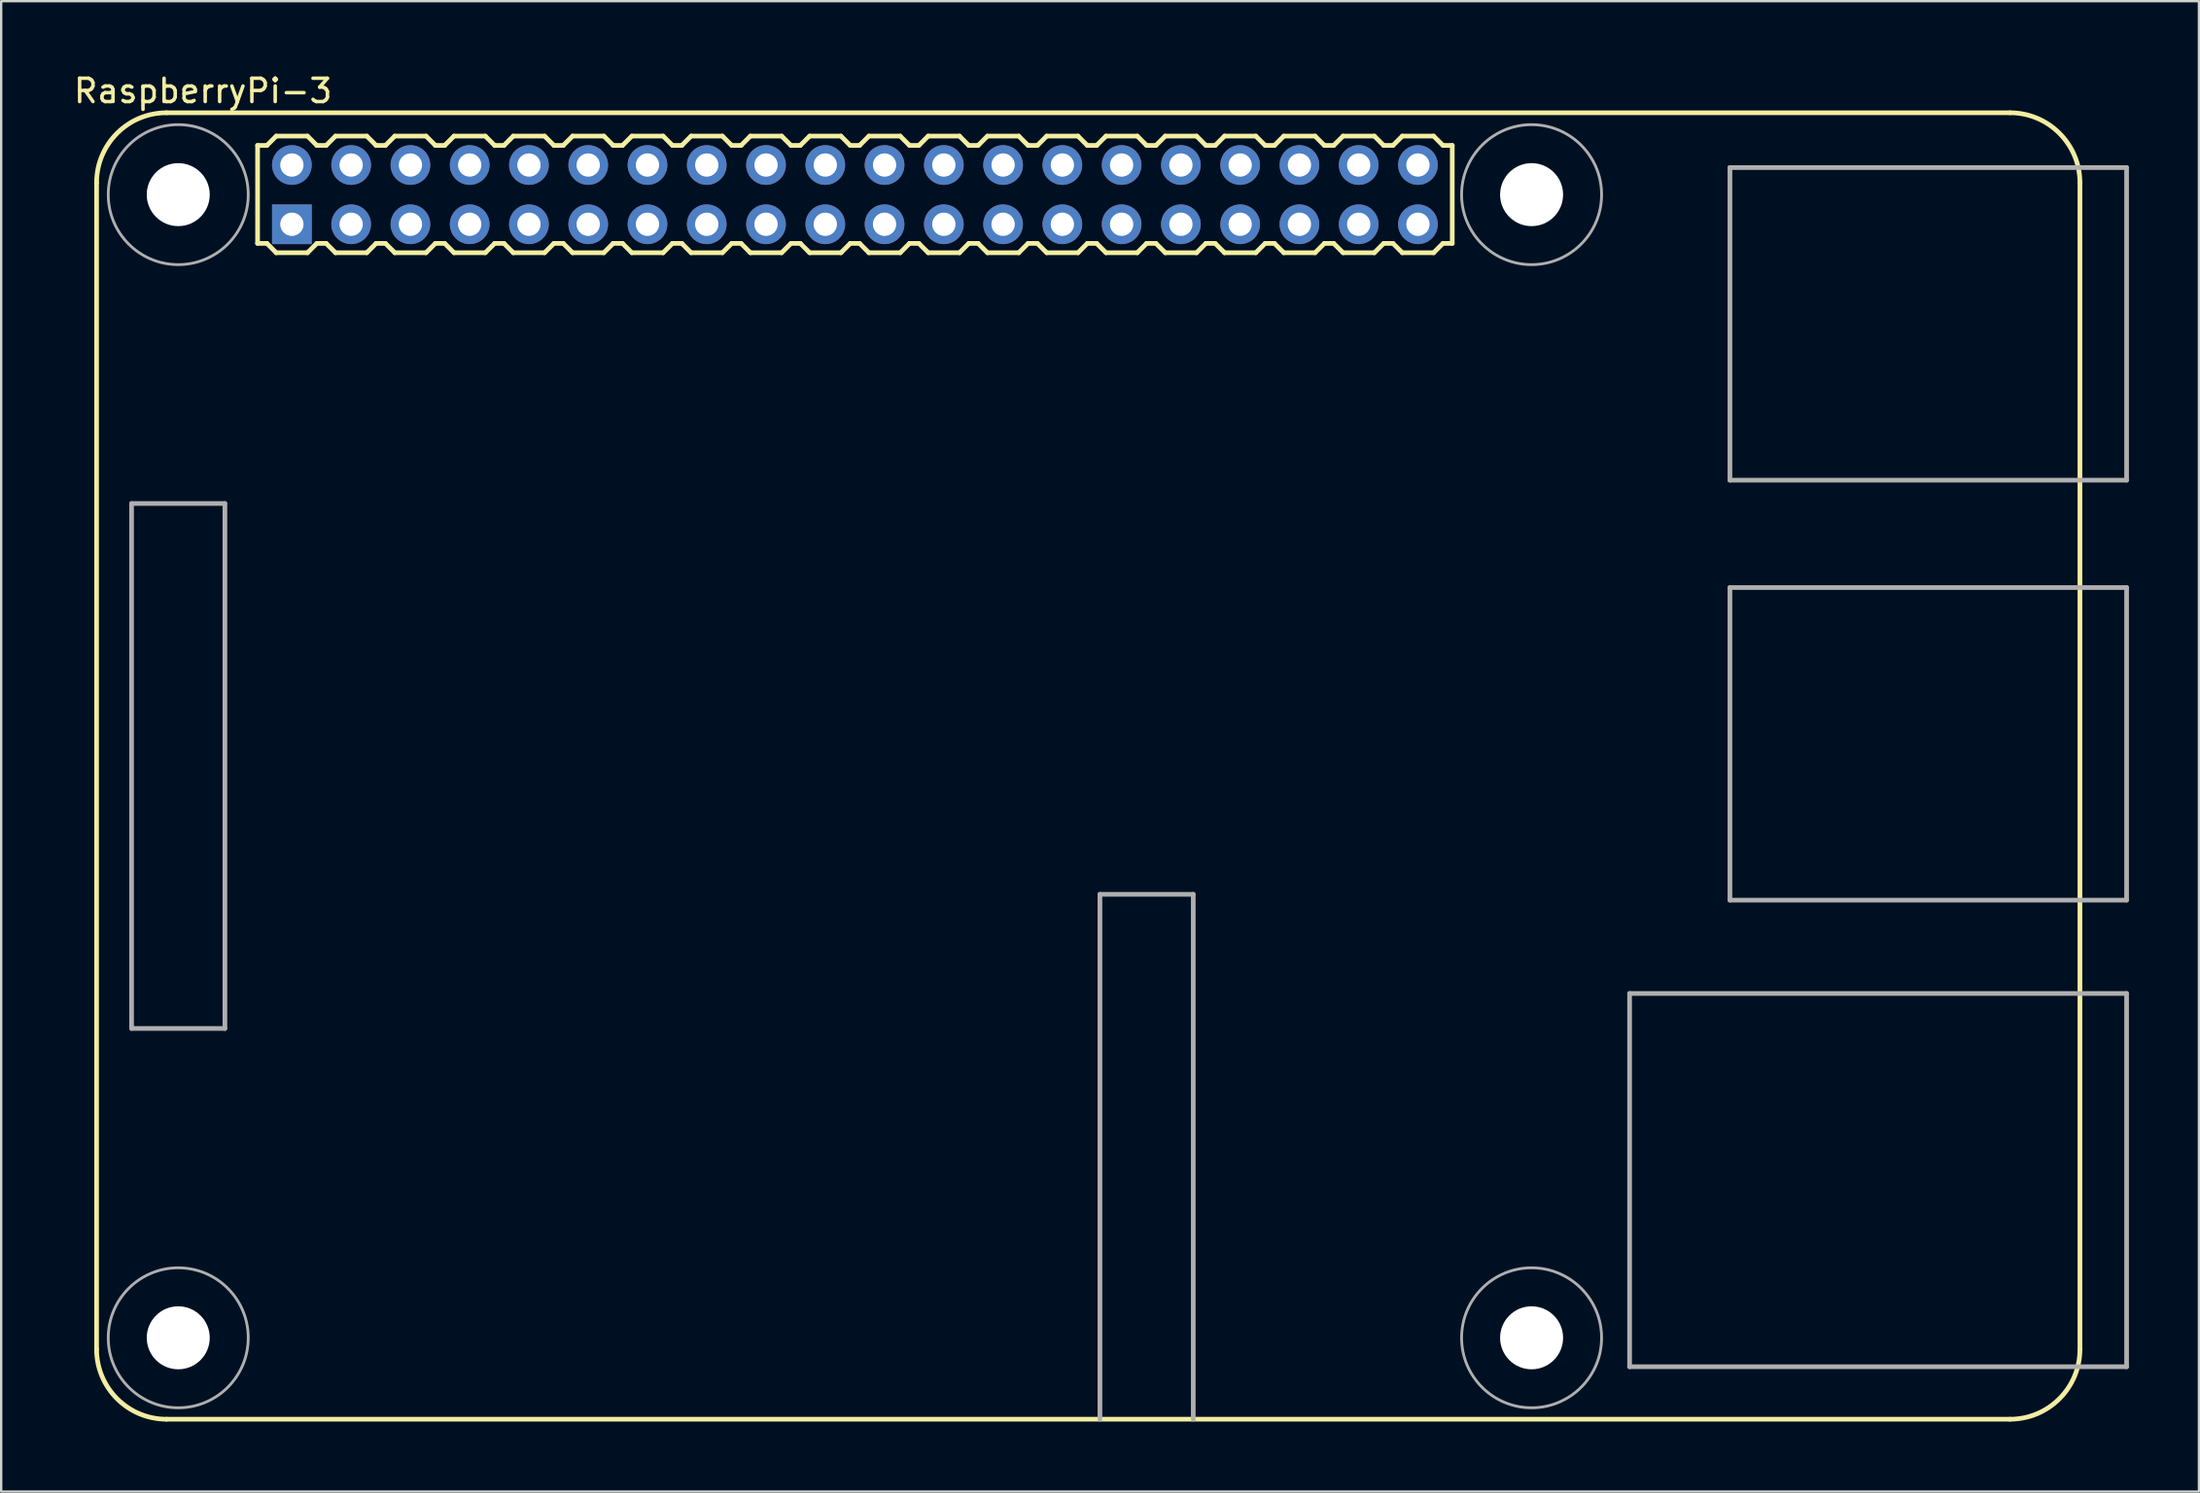
<source format=kicad_pcb>
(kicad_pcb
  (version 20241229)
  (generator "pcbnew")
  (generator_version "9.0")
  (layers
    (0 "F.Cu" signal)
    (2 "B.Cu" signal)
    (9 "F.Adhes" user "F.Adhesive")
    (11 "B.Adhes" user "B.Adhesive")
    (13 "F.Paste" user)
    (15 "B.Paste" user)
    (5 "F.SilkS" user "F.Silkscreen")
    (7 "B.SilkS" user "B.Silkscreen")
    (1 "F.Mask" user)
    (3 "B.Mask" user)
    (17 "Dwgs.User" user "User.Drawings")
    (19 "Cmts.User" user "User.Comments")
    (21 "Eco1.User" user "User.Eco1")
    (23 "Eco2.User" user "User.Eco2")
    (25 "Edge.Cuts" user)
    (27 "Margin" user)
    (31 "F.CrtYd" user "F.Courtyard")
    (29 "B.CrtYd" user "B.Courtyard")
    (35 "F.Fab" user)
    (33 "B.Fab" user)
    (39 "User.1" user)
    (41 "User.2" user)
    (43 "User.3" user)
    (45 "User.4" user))
  (footprint "RaspberryPi-3"
    (layer "F.Cu")
    (at 33.589 5.293)
    (property "Reference" "RaspberryPi-3" (at -27.94 -4.445 0) (layer "F.SilkS") (effects (font (size 1 1) (thickness 0.15))))
    (attr through_hole)
    (fp_line (start -32.5 49.49) (end -32.5 -0.51) (stroke (width 0.2) (type solid)) (layer "F.SilkS"))
    (fp_line (start -29.5 -3.51) (end 49.5 -3.51) (stroke (width 0.2) (type solid)) (layer "F.SilkS"))
    (fp_line (start -25.6 -2.11) (end -25.6 2.09) (stroke (width 0.2) (type solid)) (layer "F.SilkS"))
    (fp_line (start -25.6 2.09) (end -25.2 2.09) (stroke (width 0.2) (type solid)) (layer "F.SilkS"))
    (fp_line (start -25.2 -2.11) (end -25.6 -2.11) (stroke (width 0.2) (type solid)) (layer "F.SilkS"))
    (fp_line (start -25.2 2.09) (end -24.8 2.49) (stroke (width 0.2) (type solid)) (layer "F.SilkS"))
    (fp_line (start -24.8 -2.51) (end -25.2 -2.11) (stroke (width 0.2) (type solid)) (layer "F.SilkS"))
    (fp_line (start -24.8 2.49) (end -23.46 2.49) (stroke (width 0.2) (type solid)) (layer "F.SilkS"))
    (fp_line (start -23.46 2.49) (end -23.06 2.09) (stroke (width 0.2) (type solid)) (layer "F.SilkS"))
    (fp_line (start -23.46 -2.51) (end -24.8 -2.51) (stroke (width 0.2) (type solid)) (layer "F.SilkS"))
    (fp_line (start -23.06 -2.11) (end -23.46 -2.51) (stroke (width 0.2) (type solid)) (layer "F.SilkS"))
    (fp_line (start -23.06 2.09) (end -22.66 2.09) (stroke (width 0.2) (type solid)) (layer "F.SilkS"))
    (fp_line (start -22.66 -2.11) (end -23.06 -2.11) (stroke (width 0.2) (type solid)) (layer "F.SilkS"))
    (fp_line (start -22.66 2.09) (end -22.26 2.49) (stroke (width 0.2) (type solid)) (layer "F.SilkS"))
    (fp_line (start -22.26 -2.51) (end -22.66 -2.11) (stroke (width 0.2) (type solid)) (layer "F.SilkS"))
    (fp_line (start -22.26 2.49) (end -20.92 2.49) (stroke (width 0.2) (type solid)) (layer "F.SilkS"))
    (fp_line (start -20.92 -2.51) (end -22.26 -2.51) (stroke (width 0.2) (type solid)) (layer "F.SilkS"))
    (fp_line (start -20.92 2.49) (end -20.52 2.09) (stroke (width 0.2) (type solid)) (layer "F.SilkS"))
    (fp_line (start -20.52 -2.11) (end -20.92 -2.51) (stroke (width 0.2) (type solid)) (layer "F.SilkS"))
    (fp_line (start -20.52 2.09) (end -20.12 2.09) (stroke (width 0.2) (type solid)) (layer "F.SilkS"))
    (fp_line (start -20.12 -2.11) (end -20.52 -2.11) (stroke (width 0.2) (type solid)) (layer "F.SilkS"))
    (fp_line (start -20.12 2.09) (end -19.72 2.49) (stroke (width 0.2) (type solid)) (layer "F.SilkS"))
    (fp_line (start -19.72 -2.51) (end -20.12 -2.11) (stroke (width 0.2) (type solid)) (layer "F.SilkS"))
    (fp_line (start -19.72 2.49) (end -18.38 2.49) (stroke (width 0.2) (type solid)) (layer "F.SilkS"))
    (fp_line (start -18.38 -2.51) (end -19.72 -2.51) (stroke (width 0.2) (type solid)) (layer "F.SilkS"))
    (fp_line (start -18.38 2.49) (end -17.98 2.09) (stroke (width 0.2) (type solid)) (layer "F.SilkS"))
    (fp_line (start -17.98 -2.11) (end -18.38 -2.51) (stroke (width 0.2) (type solid)) (layer "F.SilkS"))
    (fp_line (start -17.98 2.09) (end -17.58 2.09) (stroke (width 0.2) (type solid)) (layer "F.SilkS"))
    (fp_line (start -17.58 -2.11) (end -17.98 -2.11) (stroke (width 0.2) (type solid)) (layer "F.SilkS"))
    (fp_line (start -17.58 2.09) (end -17.18 2.49) (stroke (width 0.2) (type solid)) (layer "F.SilkS"))
    (fp_line (start -17.18 -2.51) (end -17.58 -2.11) (stroke (width 0.2) (type solid)) (layer "F.SilkS"))
    (fp_line (start -17.18 2.49) (end -15.84 2.49) (stroke (width 0.2) (type solid)) (layer "F.SilkS"))
    (fp_line (start -15.84 -2.51) (end -17.18 -2.51) (stroke (width 0.2) (type solid)) (layer "F.SilkS"))
    (fp_line (start -15.84 2.49) (end -15.44 2.09) (stroke (width 0.2) (type solid)) (layer "F.SilkS"))
    (fp_line (start -15.44 -2.11) (end -15.84 -2.51) (stroke (width 0.2) (type solid)) (layer "F.SilkS"))
    (fp_line (start -15.44 2.09) (end -15.04 2.09) (stroke (width 0.2) (type solid)) (layer "F.SilkS"))
    (fp_line (start -15.04 -2.11) (end -15.44 -2.11) (stroke (width 0.2) (type solid)) (layer "F.SilkS"))
    (fp_line (start -15.04 2.09) (end -14.64 2.49) (stroke (width 0.2) (type solid)) (layer "F.SilkS"))
    (fp_line (start -14.64 -2.51) (end -15.04 -2.11) (stroke (width 0.2) (type solid)) (layer "F.SilkS"))
    (fp_line (start -14.64 2.49) (end -13.3 2.49) (stroke (width 0.2) (type solid)) (layer "F.SilkS"))
    (fp_line (start -13.3 -2.51) (end -14.64 -2.51) (stroke (width 0.2) (type solid)) (layer "F.SilkS"))
    (fp_line (start -13.3 2.49) (end -12.9 2.09) (stroke (width 0.2) (type solid)) (layer "F.SilkS"))
    (fp_line (start -12.9 -2.11) (end -13.3 -2.51) (stroke (width 0.2) (type solid)) (layer "F.SilkS"))
    (fp_line (start -12.9 2.09) (end -12.5 2.09) (stroke (width 0.2) (type solid)) (layer "F.SilkS"))
    (fp_line (start -12.5 -2.11) (end -12.9 -2.11) (stroke (width 0.2) (type solid)) (layer "F.SilkS"))
    (fp_line (start -12.5 2.09) (end -12.1 2.49) (stroke (width 0.2) (type solid)) (layer "F.SilkS"))
    (fp_line (start -12.1 -2.51) (end -12.5 -2.11) (stroke (width 0.2) (type solid)) (layer "F.SilkS"))
    (fp_line (start -12.1 2.49) (end -10.76 2.49) (stroke (width 0.2) (type solid)) (layer "F.SilkS"))
    (fp_line (start -10.76 -2.51) (end -12.1 -2.51) (stroke (width 0.2) (type solid)) (layer "F.SilkS"))
    (fp_line (start -10.76 2.49) (end -10.36 2.09) (stroke (width 0.2) (type solid)) (layer "F.SilkS"))
    (fp_line (start -10.36 -2.11) (end -10.76 -2.51) (stroke (width 0.2) (type solid)) (layer "F.SilkS"))
    (fp_line (start -10.36 2.09) (end -9.96 2.09) (stroke (width 0.2) (type solid)) (layer "F.SilkS"))
    (fp_line (start -9.96 -2.11) (end -10.36 -2.11) (stroke (width 0.2) (type solid)) (layer "F.SilkS"))
    (fp_line (start -9.96 2.09) (end -9.56 2.49) (stroke (width 0.2) (type solid)) (layer "F.SilkS"))
    (fp_line (start -9.56 -2.51) (end -9.96 -2.11) (stroke (width 0.2) (type solid)) (layer "F.SilkS"))
    (fp_line (start -9.56 2.49) (end -8.22 2.49) (stroke (width 0.2) (type solid)) (layer "F.SilkS"))
    (fp_line (start -8.22 -2.51) (end -9.56 -2.51) (stroke (width 0.2) (type solid)) (layer "F.SilkS"))
    (fp_line (start -8.22 2.49) (end -7.82 2.09) (stroke (width 0.2) (type solid)) (layer "F.SilkS"))
    (fp_line (start -7.82 -2.11) (end -8.22 -2.51) (stroke (width 0.2) (type solid)) (layer "F.SilkS"))
    (fp_line (start -7.82 2.09) (end -7.42 2.09) (stroke (width 0.2) (type solid)) (layer "F.SilkS"))
    (fp_line (start -7.42 -2.11) (end -7.82 -2.11) (stroke (width 0.2) (type solid)) (layer "F.SilkS"))
    (fp_line (start -7.42 2.09) (end -7.02 2.49) (stroke (width 0.2) (type solid)) (layer "F.SilkS"))
    (fp_line (start -7.02 -2.51) (end -7.42 -2.11) (stroke (width 0.2) (type solid)) (layer "F.SilkS"))
    (fp_line (start -7.02 2.49) (end -5.68 2.49) (stroke (width 0.2) (type solid)) (layer "F.SilkS"))
    (fp_line (start -5.68 -2.51) (end -7.02 -2.51) (stroke (width 0.2) (type solid)) (layer "F.SilkS"))
    (fp_line (start -5.68 2.49) (end -5.28 2.09) (stroke (width 0.2) (type solid)) (layer "F.SilkS"))
    (fp_line (start -5.28 -2.11) (end -5.68 -2.51) (stroke (width 0.2) (type solid)) (layer "F.SilkS"))
    (fp_line (start -5.28 2.09) (end -4.88 2.09) (stroke (width 0.2) (type solid)) (layer "F.SilkS"))
    (fp_line (start -4.88 -2.11) (end -5.28 -2.11) (stroke (width 0.2) (type solid)) (layer "F.SilkS"))
    (fp_line (start -4.88 2.09) (end -4.48 2.49) (stroke (width 0.2) (type solid)) (layer "F.SilkS"))
    (fp_line (start -4.48 -2.51) (end -4.88 -2.11) (stroke (width 0.2) (type solid)) (layer "F.SilkS"))
    (fp_line (start -4.48 2.49) (end -3.14 2.49) (stroke (width 0.2) (type solid)) (layer "F.SilkS"))
    (fp_line (start -3.14 -2.51) (end -4.48 -2.51) (stroke (width 0.2) (type solid)) (layer "F.SilkS"))
    (fp_line (start -3.14 2.49) (end -2.74 2.09) (stroke (width 0.2) (type solid)) (layer "F.SilkS"))
    (fp_line (start -2.74 -2.11) (end -3.14 -2.51) (stroke (width 0.2) (type solid)) (layer "F.SilkS"))
    (fp_line (start -2.74 2.09) (end -2.34 2.09) (stroke (width 0.2) (type solid)) (layer "F.SilkS"))
    (fp_line (start -2.34 -2.11) (end -2.74 -2.11) (stroke (width 0.2) (type solid)) (layer "F.SilkS"))
    (fp_line (start -2.34 2.09) (end -1.94 2.49) (stroke (width 0.2) (type solid)) (layer "F.SilkS"))
    (fp_line (start -1.94 -2.51) (end -2.34 -2.11) (stroke (width 0.2) (type solid)) (layer "F.SilkS"))
    (fp_line (start -1.94 2.49) (end -0.6 2.49) (stroke (width 0.2) (type solid)) (layer "F.SilkS"))
    (fp_line (start -0.6 -2.51) (end -1.94 -2.51) (stroke (width 0.2) (type solid)) (layer "F.SilkS"))
    (fp_line (start -0.6 2.49) (end -0.2 2.09) (stroke (width 0.2) (type solid)) (layer "F.SilkS"))
    (fp_line (start -0.2 -2.11) (end -0.6 -2.51) (stroke (width 0.2) (type solid)) (layer "F.SilkS"))
    (fp_line (start -0.2 2.09) (end 0.2 2.09) (stroke (width 0.2) (type solid)) (layer "F.SilkS"))
    (fp_line (start 0.2 -2.11) (end -0.2 -2.11) (stroke (width 0.2) (type solid)) (layer "F.SilkS"))
    (fp_line (start 0.2 2.09) (end 0.6 2.49) (stroke (width 0.2) (type solid)) (layer "F.SilkS"))
    (fp_line (start 0.6 -2.51) (end 0.2 -2.11) (stroke (width 0.2) (type solid)) (layer "F.SilkS"))
    (fp_line (start 0.6 2.49) (end 1.94 2.49) (stroke (width 0.2) (type solid)) (layer "F.SilkS"))
    (fp_line (start 1.94 -2.51) (end 0.6 -2.51) (stroke (width 0.2) (type solid)) (layer "F.SilkS"))
    (fp_line (start 1.94 2.49) (end 2.34 2.09) (stroke (width 0.2) (type solid)) (layer "F.SilkS"))
    (fp_line (start 2.34 -2.11) (end 1.94 -2.51) (stroke (width 0.2) (type solid)) (layer "F.SilkS"))
    (fp_line (start 2.34 2.09) (end 2.74 2.09) (stroke (width 0.2) (type solid)) (layer "F.SilkS"))
    (fp_line (start 2.74 -2.11) (end 2.34 -2.11) (stroke (width 0.2) (type solid)) (layer "F.SilkS"))
    (fp_line (start 2.74 2.09) (end 3.14 2.49) (stroke (width 0.2) (type solid)) (layer "F.SilkS"))
    (fp_line (start 3.14 -2.51) (end 2.74 -2.11) (stroke (width 0.2) (type solid)) (layer "F.SilkS"))
    (fp_line (start 3.14 2.49) (end 4.48 2.49) (stroke (width 0.2) (type solid)) (layer "F.SilkS"))
    (fp_line (start 4.48 -2.51) (end 3.14 -2.51) (stroke (width 0.2) (type solid)) (layer "F.SilkS"))
    (fp_line (start 4.48 2.49) (end 4.88 2.09) (stroke (width 0.2) (type solid)) (layer "F.SilkS"))
    (fp_line (start 4.88 -2.11) (end 4.48 -2.51) (stroke (width 0.2) (type solid)) (layer "F.SilkS"))
    (fp_line (start 4.88 2.09) (end 5.28 2.09) (stroke (width 0.2) (type solid)) (layer "F.SilkS"))
    (fp_line (start 5.28 -2.11) (end 4.88 -2.11) (stroke (width 0.2) (type solid)) (layer "F.SilkS"))
    (fp_line (start 5.28 2.09) (end 5.68 2.49) (stroke (width 0.2) (type solid)) (layer "F.SilkS"))
    (fp_line (start 5.68 -2.51) (end 5.28 -2.11) (stroke (width 0.2) (type solid)) (layer "F.SilkS"))
    (fp_line (start 5.68 2.49) (end 7.02 2.49) (stroke (width 0.2) (type solid)) (layer "F.SilkS"))
    (fp_line (start 7.02 -2.51) (end 5.68 -2.51) (stroke (width 0.2) (type solid)) (layer "F.SilkS"))
    (fp_line (start 7.02 2.49) (end 7.42 2.09) (stroke (width 0.2) (type solid)) (layer "F.SilkS"))
    (fp_line (start 7.42 -2.11) (end 7.02 -2.51) (stroke (width 0.2) (type solid)) (layer "F.SilkS"))
    (fp_line (start 7.42 2.09) (end 7.82 2.09) (stroke (width 0.2) (type solid)) (layer "F.SilkS"))
    (fp_line (start 7.82 -2.11) (end 7.42 -2.11) (stroke (width 0.2) (type solid)) (layer "F.SilkS"))
    (fp_line (start 7.82 2.09) (end 8.22 2.49) (stroke (width 0.2) (type solid)) (layer "F.SilkS"))
    (fp_line (start 8.22 -2.51) (end 7.82 -2.11) (stroke (width 0.2) (type solid)) (layer "F.SilkS"))
    (fp_line (start 8.22 2.49) (end 9.56 2.49) (stroke (width 0.2) (type solid)) (layer "F.SilkS"))
    (fp_line (start 9.56 -2.51) (end 8.22 -2.51) (stroke (width 0.2) (type solid)) (layer "F.SilkS"))
    (fp_line (start 9.56 2.49) (end 9.96 2.09) (stroke (width 0.2) (type solid)) (layer "F.SilkS"))
    (fp_line (start 9.96 -2.11) (end 9.56 -2.51) (stroke (width 0.2) (type solid)) (layer "F.SilkS"))
    (fp_line (start 9.96 2.09) (end 10.36 2.09) (stroke (width 0.2) (type solid)) (layer "F.SilkS"))
    (fp_line (start 10.36 -2.11) (end 9.96 -2.11) (stroke (width 0.2) (type solid)) (layer "F.SilkS"))
    (fp_line (start 10.36 2.09) (end 10.76 2.49) (stroke (width 0.2) (type solid)) (layer "F.SilkS"))
    (fp_line (start 10.76 -2.51) (end 10.36 -2.11) (stroke (width 0.2) (type solid)) (layer "F.SilkS"))
    (fp_line (start 10.76 2.49) (end 12.1 2.49) (stroke (width 0.2) (type solid)) (layer "F.SilkS"))
    (fp_line (start 12.1 -2.51) (end 10.76 -2.51) (stroke (width 0.2) (type solid)) (layer "F.SilkS"))
    (fp_line (start 12.1 2.49) (end 12.5 2.09) (stroke (width 0.2) (type solid)) (layer "F.SilkS"))
    (fp_line (start 12.5 -2.11) (end 12.1 -2.51) (stroke (width 0.2) (type solid)) (layer "F.SilkS"))
    (fp_line (start 12.5 2.09) (end 12.9 2.09) (stroke (width 0.2) (type solid)) (layer "F.SilkS"))
    (fp_line (start 12.9 -2.11) (end 12.5 -2.11) (stroke (width 0.2) (type solid)) (layer "F.SilkS"))
    (fp_line (start 12.9 2.09) (end 13.3 2.49) (stroke (width 0.2) (type solid)) (layer "F.SilkS"))
    (fp_line (start 13.3 -2.51) (end 12.9 -2.11) (stroke (width 0.2) (type solid)) (layer "F.SilkS"))
    (fp_line (start 13.3 2.49) (end 14.64 2.49) (stroke (width 0.2) (type solid)) (layer "F.SilkS"))
    (fp_line (start 14.64 -2.51) (end 13.3 -2.51) (stroke (width 0.2) (type solid)) (layer "F.SilkS"))
    (fp_line (start 14.64 2.49) (end 15.04 2.09) (stroke (width 0.2) (type solid)) (layer "F.SilkS"))
    (fp_line (start 15.04 -2.11) (end 14.64 -2.51) (stroke (width 0.2) (type solid)) (layer "F.SilkS"))
    (fp_line (start 15.04 2.09) (end 15.44 2.09) (stroke (width 0.2) (type solid)) (layer "F.SilkS"))
    (fp_line (start 15.44 -2.11) (end 15.04 -2.11) (stroke (width 0.2) (type solid)) (layer "F.SilkS"))
    (fp_line (start 15.44 2.09) (end 15.84 2.49) (stroke (width 0.2) (type solid)) (layer "F.SilkS"))
    (fp_line (start 15.84 -2.51) (end 15.44 -2.11) (stroke (width 0.2) (type solid)) (layer "F.SilkS"))
    (fp_line (start 15.84 2.49) (end 17.18 2.49) (stroke (width 0.2) (type solid)) (layer "F.SilkS"))
    (fp_line (start 17.18 -2.51) (end 15.84 -2.51) (stroke (width 0.2) (type solid)) (layer "F.SilkS"))
    (fp_line (start 17.18 2.49) (end 17.58 2.09) (stroke (width 0.2) (type solid)) (layer "F.SilkS"))
    (fp_line (start 17.58 -2.11) (end 17.18 -2.51) (stroke (width 0.2) (type solid)) (layer "F.SilkS"))
    (fp_line (start 17.58 2.09) (end 17.98 2.09) (stroke (width 0.2) (type solid)) (layer "F.SilkS"))
    (fp_line (start 17.98 -2.11) (end 17.58 -2.11) (stroke (width 0.2) (type solid)) (layer "F.SilkS"))
    (fp_line (start 17.98 2.09) (end 18.38 2.49) (stroke (width 0.2) (type solid)) (layer "F.SilkS"))
    (fp_line (start 18.38 -2.51) (end 17.98 -2.11) (stroke (width 0.2) (type solid)) (layer "F.SilkS"))
    (fp_line (start 18.38 2.49) (end 19.72 2.49) (stroke (width 0.2) (type solid)) (layer "F.SilkS"))
    (fp_line (start 19.72 -2.51) (end 18.38 -2.51) (stroke (width 0.2) (type solid)) (layer "F.SilkS"))
    (fp_line (start 19.72 2.49) (end 20.12 2.09) (stroke (width 0.2) (type solid)) (layer "F.SilkS"))
    (fp_line (start 20.12 -2.11) (end 19.72 -2.51) (stroke (width 0.2) (type solid)) (layer "F.SilkS"))
    (fp_line (start 20.12 2.09) (end 20.52 2.09) (stroke (width 0.2) (type solid)) (layer "F.SilkS"))
    (fp_line (start 20.52 -2.11) (end 20.12 -2.11) (stroke (width 0.2) (type solid)) (layer "F.SilkS"))
    (fp_line (start 20.52 2.09) (end 20.92 2.49) (stroke (width 0.2) (type solid)) (layer "F.SilkS"))
    (fp_line (start 20.92 -2.51) (end 20.52 -2.11) (stroke (width 0.2) (type solid)) (layer "F.SilkS"))
    (fp_line (start 20.92 2.49) (end 22.26 2.49) (stroke (width 0.2) (type solid)) (layer "F.SilkS"))
    (fp_line (start 22.26 -2.51) (end 20.92 -2.51) (stroke (width 0.2) (type solid)) (layer "F.SilkS"))
    (fp_line (start 22.26 2.49) (end 22.66 2.09) (stroke (width 0.2) (type solid)) (layer "F.SilkS"))
    (fp_line (start 22.66 -2.11) (end 22.26 -2.51) (stroke (width 0.2) (type solid)) (layer "F.SilkS"))
    (fp_line (start 22.66 2.09) (end 23.06 2.09) (stroke (width 0.2) (type solid)) (layer "F.SilkS"))
    (fp_line (start 23.06 -2.11) (end 22.66 -2.11) (stroke (width 0.2) (type solid)) (layer "F.SilkS"))
    (fp_line (start 23.06 2.09) (end 23.46 2.49) (stroke (width 0.2) (type solid)) (layer "F.SilkS"))
    (fp_line (start 23.46 -2.51) (end 23.06 -2.11) (stroke (width 0.2) (type solid)) (layer "F.SilkS"))
    (fp_line (start 23.46 2.49) (end 24.8 2.49) (stroke (width 0.2) (type solid)) (layer "F.SilkS"))
    (fp_line (start 24.8 -2.51) (end 23.46 -2.51) (stroke (width 0.2) (type solid)) (layer "F.SilkS"))
    (fp_line (start 24.8 2.49) (end 25.2 2.09) (stroke (width 0.2) (type solid)) (layer "F.SilkS"))
    (fp_line (start 25.2 -2.11) (end 24.8 -2.51) (stroke (width 0.2) (type solid)) (layer "F.SilkS"))
    (fp_line (start 25.2 2.09) (end 25.6 2.09) (stroke (width 0.2) (type solid)) (layer "F.SilkS"))
    (fp_line (start 25.6 -2.11) (end 25.2 -2.11) (stroke (width 0.2) (type solid)) (layer "F.SilkS"))
    (fp_line (start 25.6 2.09) (end 25.6 -2.11) (stroke (width 0.2) (type solid)) (layer "F.SilkS"))
    (fp_line (start 49.5 52.49) (end -29.5 52.49) (stroke (width 0.2) (type solid)) (layer "F.SilkS"))
    (fp_line (start 52.5 -0.51) (end 52.5 49.49) (stroke (width 0.2) (type solid)) (layer "F.SilkS"))
    (fp_arc (start -32.500001 -0.510001) (mid -31.621321 -2.631321) (end -29.5 -3.51) (stroke (width 0.2) (type solid)) (layer "F.SilkS"))
    (fp_arc (start -29.5 52.489999) (mid -31.62132 51.61132) (end -32.5 49.490001) (stroke (width 0.2) (type solid)) (layer "F.SilkS"))
    (fp_arc (start 49.499999 -3.509999) (mid 51.62132 -2.63132) (end 52.5 -0.51) (stroke (width 0.2) (type solid)) (layer "F.SilkS"))
    (fp_arc (start 52.499999 49.489999) (mid 51.62132 51.61132) (end 49.5 52.49) (stroke (width 0.2) (type solid)) (layer "F.SilkS"))
    (fp_line (start -31 13.24) (end -31 35.74) (stroke (width 0.2) (type solid)) (layer "F.Fab"))
    (fp_line (start -31 35.74) (end -27 35.74) (stroke (width 0.2) (type solid)) (layer "F.Fab"))
    (fp_line (start -27 13.24) (end -31 13.24) (stroke (width 0.2) (type solid)) (layer "F.Fab"))
    (fp_line (start -27 35.74) (end -27 13.24) (stroke (width 0.2) (type solid)) (layer "F.Fab"))
    (fp_line (start 10.5 29.99) (end 10.5 52.49) (stroke (width 0.2) (type solid)) (layer "F.Fab"))
    (fp_line (start 14.5 29.99) (end 10.5 29.99) (stroke (width 0.2) (type solid)) (layer "F.Fab"))
    (fp_line (start 14.5 52.49) (end 14.5 29.99) (stroke (width 0.2) (type solid)) (layer "F.Fab"))
    (fp_line (start 33.2 34.24) (end 33.2 50.24) (stroke (width 0.2) (type solid)) (layer "F.Fab"))
    (fp_line (start 33.2 50.24) (end 54.5 50.24) (stroke (width 0.2) (type solid)) (layer "F.Fab"))
    (fp_line (start 37.5 -1.16) (end 54.5 -1.16) (stroke (width 0.2) (type solid)) (layer "F.Fab"))
    (fp_line (start 37.5 12.24) (end 37.5 -1.16) (stroke (width 0.2) (type solid)) (layer "F.Fab"))
    (fp_line (start 37.5 16.84) (end 54.5 16.84) (stroke (width 0.2) (type solid)) (layer "F.Fab"))
    (fp_line (start 37.5 30.24) (end 37.5 16.84) (stroke (width 0.2) (type solid)) (layer "F.Fab"))
    (fp_line (start 54.5 -1.16) (end 54.5 12.24) (stroke (width 0.2) (type solid)) (layer "F.Fab"))
    (fp_line (start 54.5 12.24) (end 37.5 12.24) (stroke (width 0.2) (type solid)) (layer "F.Fab"))
    (fp_line (start 54.5 16.84) (end 54.5 30.24) (stroke (width 0.2) (type solid)) (layer "F.Fab"))
    (fp_line (start 54.5 30.24) (end 37.5 30.24) (stroke (width 0.2) (type solid)) (layer "F.Fab"))
    (fp_line (start 54.5 34.24) (end 33.2 34.24) (stroke (width 0.2) (type solid)) (layer "F.Fab"))
    (fp_line (start 54.5 34.24) (end 54.5 50.24) (stroke (width 0.2) (type solid)) (layer "F.Fab"))
    (fp_circle (center -29 0) (end -26 0) (stroke (width 0.12) (type solid)) (fill no) (layer "F.Fab"))
    (fp_circle (center -29 49) (end -26 49) (stroke (width 0.12) (type solid)) (fill no) (layer "F.Fab"))
    (fp_circle (center 29 0) (end 32 0) (stroke (width 0.12) (type solid)) (fill no) (layer "F.Fab"))
    (fp_circle (center 29 49) (end 32 49) (stroke (width 0.12) (type solid)) (fill no) (layer "F.Fab"))
    (pad "" np_thru_hole circle (at -29 0) (size 2.7 2.7) (drill 2.7) (layers "*.Cu" "*.Mask"))
    (pad "" np_thru_hole circle (at -29 49) (size 2.7 2.7) (drill 2.7) (layers "*.Cu" "*.Mask"))
    (pad "" np_thru_hole circle (at 29 0) (size 2.7 2.7) (drill 2.7) (layers "*.Cu" "*.Mask"))
    (pad "" np_thru_hole circle (at 29 49) (size 2.7 2.7) (drill 2.7) (layers "*.Cu" "*.Mask"))
    (pad "1" thru_hole rect (at -24.13 1.27) (size 1.7 1.7) (drill 1) (layers "*.Cu" "*.Mask"))
    (pad "2" thru_hole circle (at -24.13 -1.27) (size 1.7 1.7) (drill 1) (layers "*.Cu" "*.Mask"))
    (pad "3" thru_hole circle (at -21.59 1.27) (size 1.7 1.7) (drill 1) (layers "*.Cu" "*.Mask"))
    (pad "4" thru_hole circle (at -21.59 -1.27) (size 1.7 1.7) (drill 1) (layers "*.Cu" "*.Mask"))
    (pad "5" thru_hole circle (at -19.05 1.27) (size 1.7 1.7) (drill 1) (layers "*.Cu" "*.Mask"))
    (pad "6" thru_hole circle (at -19.05 -1.27) (size 1.7 1.7) (drill 1) (layers "*.Cu" "*.Mask"))
    (pad "7" thru_hole circle (at -16.51 1.27 90) (size 1.7 1.7) (drill 1) (layers "*.Cu" "*.Mask"))
    (pad "8" thru_hole circle (at -16.51 -1.27) (size 1.7 1.7) (drill 1) (layers "*.Cu" "*.Mask"))
    (pad "9" thru_hole circle (at -13.97 1.27) (size 1.7 1.7) (drill 1) (layers "*.Cu" "*.Mask"))
    (pad "10" thru_hole circle (at -13.97 -1.27) (size 1.7 1.7) (drill 1) (layers "*.Cu" "*.Mask"))
    (pad "11" thru_hole circle (at -11.43 1.27) (size 1.7 1.7) (drill 1) (layers "*.Cu" "*.Mask"))
    (pad "12" thru_hole circle (at -11.43 -1.27) (size 1.7 1.7) (drill 1) (layers "*.Cu" "*.Mask"))
    (pad "13" thru_hole circle (at -8.89 1.27) (size 1.7 1.7) (drill 1) (layers "*.Cu" "*.Mask"))
    (pad "14" thru_hole circle (at -8.89 -1.27) (size 1.7 1.7) (drill 1) (layers "*.Cu" "*.Mask"))
    (pad "15" thru_hole circle (at -6.35 1.27) (size 1.7 1.7) (drill 1) (layers "*.Cu" "*.Mask"))
    (pad "16" thru_hole circle (at -6.35 -1.27) (size 1.7 1.7) (drill 1) (layers "*.Cu" "*.Mask"))
    (pad "17" thru_hole circle (at -3.81 1.27) (size 1.7 1.7) (drill 1) (layers "*.Cu" "*.Mask"))
    (pad "18" thru_hole circle (at -3.81 -1.27) (size 1.7 1.7) (drill 1) (layers "*.Cu" "*.Mask"))
    (pad "19" thru_hole circle (at -1.27 1.27) (size 1.7 1.7) (drill 1) (layers "*.Cu" "*.Mask"))
    (pad "20" thru_hole circle (at -1.27 -1.27) (size 1.7 1.7) (drill 1) (layers "*.Cu" "*.Mask"))
    (pad "21" thru_hole circle (at 1.27 1.27) (size 1.7 1.7) (drill 1) (layers "*.Cu" "*.Mask"))
    (pad "22" thru_hole circle (at 1.27 -1.27) (size 1.7 1.7) (drill 1) (layers "*.Cu" "*.Mask"))
    (pad "23" thru_hole circle (at 3.81 1.27) (size 1.7 1.7) (drill 1) (layers "*.Cu" "*.Mask"))
    (pad "24" thru_hole circle (at 3.81 -1.27) (size 1.7 1.7) (drill 1) (layers "*.Cu" "*.Mask"))
    (pad "25" thru_hole circle (at 6.35 1.27) (size 1.7 1.7) (drill 1) (layers "*.Cu" "*.Mask"))
    (pad "26" thru_hole circle (at 6.35 -1.27) (size 1.7 1.7) (drill 1) (layers "*.Cu" "*.Mask"))
    (pad "27" thru_hole circle (at 8.89 1.27) (size 1.7 1.7) (drill 1) (layers "*.Cu" "*.Mask"))
    (pad "28" thru_hole circle (at 8.89 -1.27) (size 1.7 1.7) (drill 1) (layers "*.Cu" "*.Mask"))
    (pad "29" thru_hole circle (at 11.43 1.27) (size 1.7 1.7) (drill 1) (layers "*.Cu" "*.Mask"))
    (pad "30" thru_hole circle (at 11.43 -1.27) (size 1.7 1.7) (drill 1) (layers "*.Cu" "*.Mask"))
    (pad "31" thru_hole circle (at 13.97 1.27) (size 1.7 1.7) (drill 1) (layers "*.Cu" "*.Mask"))
    (pad "32" thru_hole circle (at 13.97 -1.27) (size 1.7 1.7) (drill 1) (layers "*.Cu" "*.Mask"))
    (pad "33" thru_hole circle (at 16.51 1.27) (size 1.7 1.7) (drill 1) (layers "*.Cu" "*.Mask"))
    (pad "34" thru_hole circle (at 16.51 -1.27) (size 1.7 1.7) (drill 1) (layers "*.Cu" "*.Mask"))
    (pad "35" thru_hole circle (at 19.05 1.27) (size 1.7 1.7) (drill 1) (layers "*.Cu" "*.Mask"))
    (pad "36" thru_hole circle (at 19.05 -1.27) (size 1.7 1.7) (drill 1) (layers "*.Cu" "*.Mask"))
    (pad "37" thru_hole circle (at 21.59 1.27) (size 1.7 1.7) (drill 1) (layers "*.Cu" "*.Mask"))
    (pad "38" thru_hole circle (at 21.59 -1.27) (size 1.7 1.7) (drill 1) (layers "*.Cu" "*.Mask"))
    (pad "39" thru_hole circle (at 24.13 1.27) (size 1.7 1.7) (drill 1) (layers "*.Cu" "*.Mask"))
    (pad "40" thru_hole circle (at 24.13 -1.27) (size 1.7 1.7) (drill 1) (layers "*.Cu" "*.Mask")))
  (gr_rect
    (start -3 -3)
    (end 91.189 60.883)
    (stroke (width 0.1) (type default))
    (fill no)
    (layer "Edge.Cuts")))
</source>
